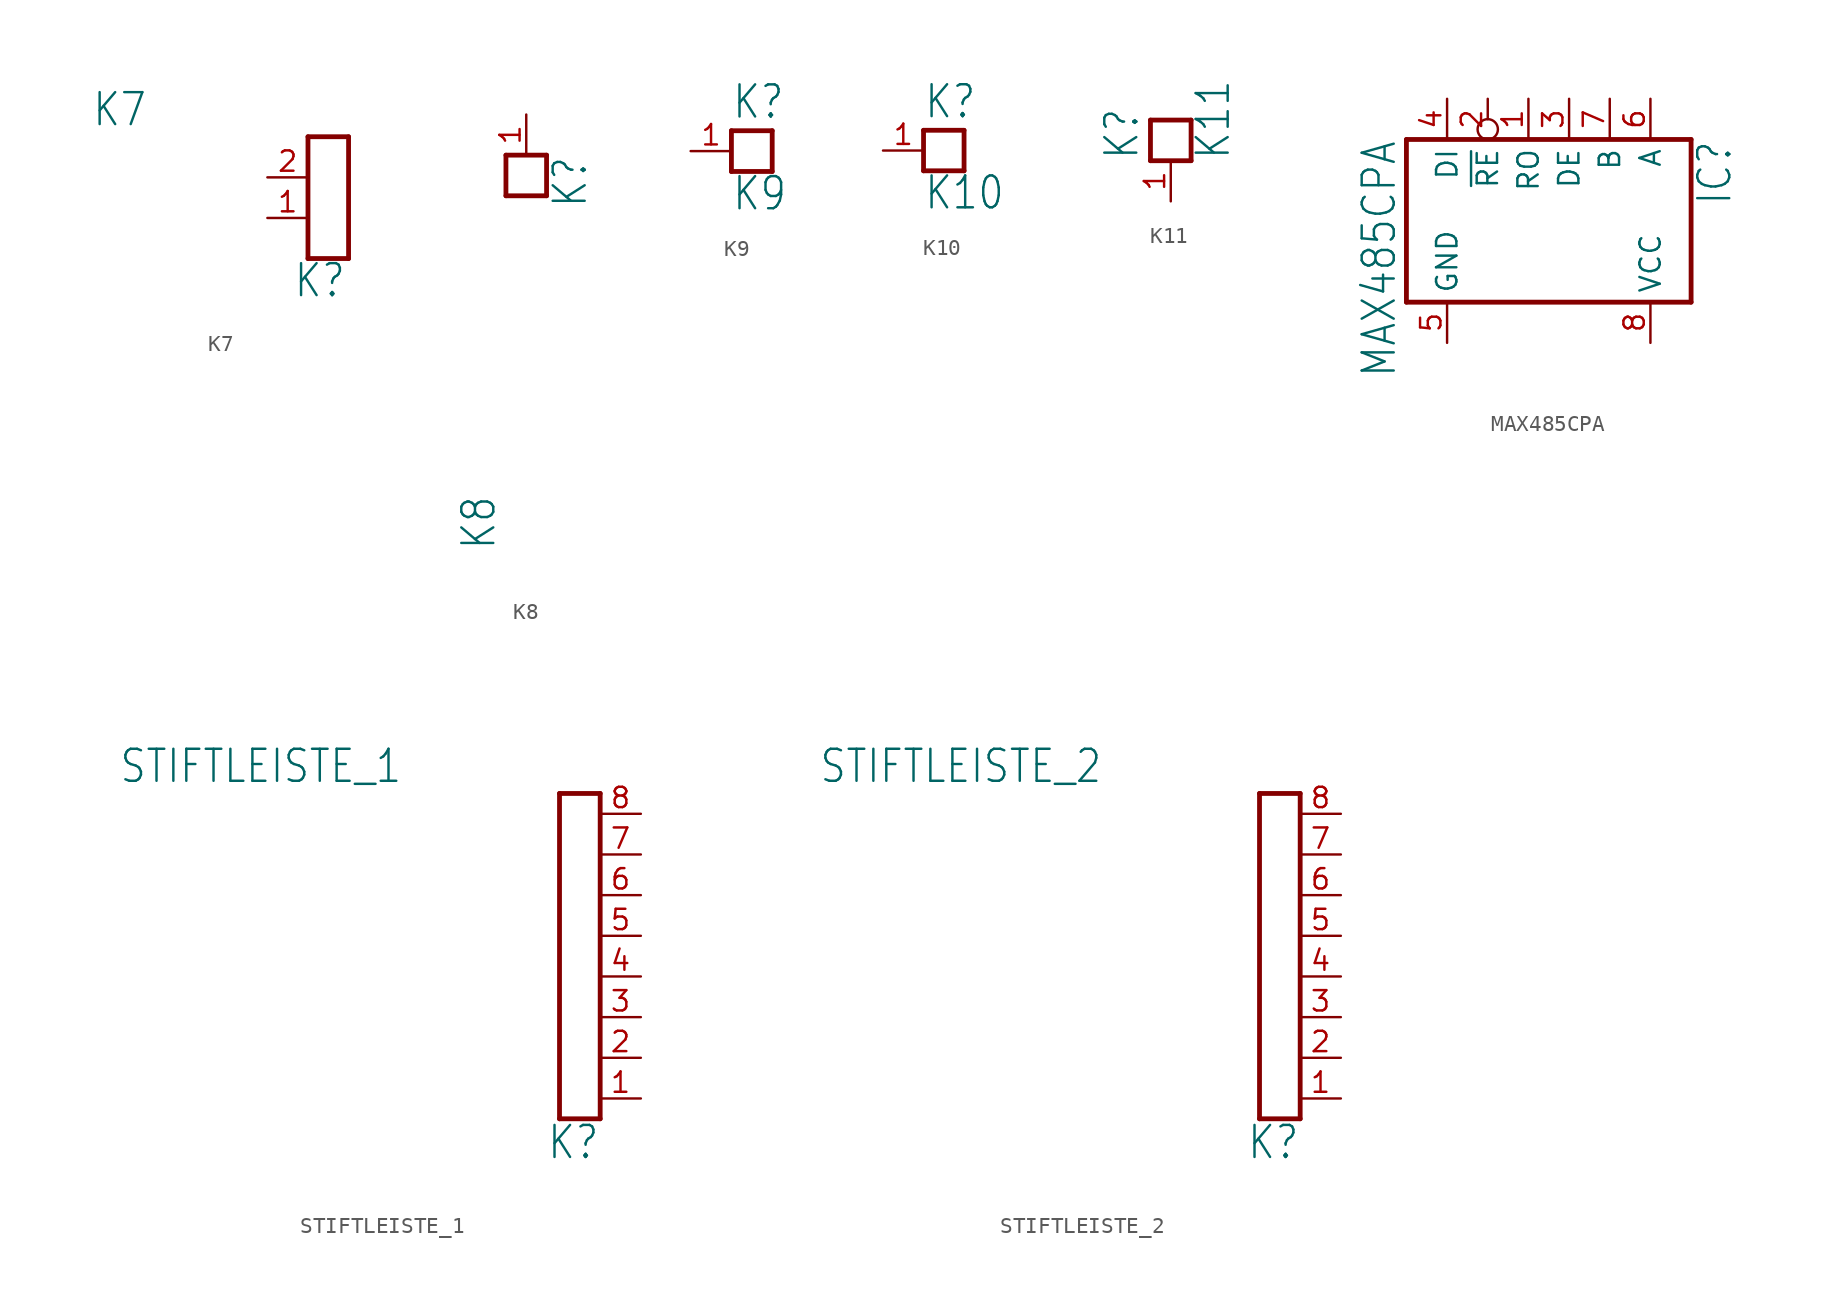
<source format=kicad_sym>
(kicad_symbol_lib
  (version 20211014)
  (generator kicad_symbol_editor)
  (symbol "K7"
    (property "Reference" "K"
      (at 1.15 -6.35 0)
      (effects (font (size 2 1.7)) (justify right bottom)))
    (property "Value" "K7"
      (at -11.29 4.35 0)
      (effects (font (size 2 1.7)) (justify right bottom)))
    (property "ki_locked" ""
      (at 0 0 0)
      (effects (font (size 1.27 1.27))))
    (symbol "K7_1_0"
      (polyline (pts (xy -1.27 -3.81) (xy -1.27 3.81)) (stroke (width 0.3) (type default) (color 0 0 0 0)) (fill (type none)))
      (polyline (pts (xy -1.27 -3.81) (xy 1.27 -3.81)) (stroke (width 0.3) (type default) (color 0 0 0 0)) (fill (type none)))
      (polyline (pts (xy -1.27 3.81) (xy 1.27 3.81)) (stroke (width 0.3) (type default) (color 0 0 0 0)) (fill (type none)))
      (polyline (pts (xy 1.27 -3.81) (xy 1.27 3.81)) (stroke (width 0.3) (type default) (color 0 0 0 0)) (fill (type none)))
      (pin passive line (at -3.81 -1.27 0) (length 2.54) (name "1" (effects (font (size 0 0)))) (number "1" (effects (font (size 1.27 1.27)))))
      (pin passive line (at -3.81 1.27 0) (length 2.54) (name "2" (effects (font (size 0 0)))) (number "2" (effects (font (size 1.27 1.27)))))))
  (symbol "K8"
    (property "Reference" "K"
      (at 3.905 1.27 90)
      (effects (font (size 2 1.7)) (justify right bottom)))
    (property "Value" "K8"
      (at -1.81 -19.96 90)
      (effects (font (size 2 1.7)) (justify right bottom)))
    (property "ki_locked" ""
      (at 0 0 0)
      (effects (font (size 1.27 1.27))))
    (symbol "K8_1_0"
      (polyline (pts (xy -1.27 -1.27) (xy -1.27 1.27)) (stroke (width 0.3) (type default) (color 0 0 0 0)) (fill (type none)))
      (polyline (pts (xy -1.27 1.27) (xy 1.27 1.27)) (stroke (width 0.3) (type default) (color 0 0 0 0)) (fill (type none)))
      (polyline (pts (xy 1.27 -1.27) (xy -1.27 -1.27)) (stroke (width 0.3) (type default) (color 0 0 0 0)) (fill (type none)))
      (polyline (pts (xy 1.27 1.27) (xy 1.27 -1.27)) (stroke (width 0.3) (type default) (color 0 0 0 0)) (fill (type none)))
      (pin passive line (at 0 3.81 270) (length 2.54) (name "1" (effects (font (size 0 0)))) (number "1" (effects (font (size 1.27 1.27)))))))
  (symbol "K9"
    (property "Reference" "K"
      (at -1.27 1.905 0)
      (effects (font (size 2 1.7)) (justify left bottom)))
    (property "Value" "K9"
      (at -1.27 -3.81 0)
      (effects (font (size 2 1.7)) (justify left bottom)))
    (property "ki_locked" ""
      (at 0 0 0)
      (effects (font (size 1.27 1.27))))
    (symbol "K9_1_0"
      (polyline (pts (xy -1.27 -1.27) (xy -1.27 1.27)) (stroke (width 0.3) (type default) (color 0 0 0 0)) (fill (type none)))
      (polyline (pts (xy -1.27 1.27) (xy 1.27 1.27)) (stroke (width 0.3) (type default) (color 0 0 0 0)) (fill (type none)))
      (polyline (pts (xy 1.27 -1.27) (xy -1.27 -1.27)) (stroke (width 0.3) (type default) (color 0 0 0 0)) (fill (type none)))
      (polyline (pts (xy 1.27 1.27) (xy 1.27 -1.27)) (stroke (width 0.3) (type default) (color 0 0 0 0)) (fill (type none)))
      (pin passive line (at -3.81 0 0) (length 2.54) (name "1" (effects (font (size 0 0)))) (number "1" (effects (font (size 1.27 1.27)))))))
  (symbol "K10"
    (property "Reference" "K"
      (at -1.27 1.905 0)
      (effects (font (size 2 1.7)) (justify left bottom)))
    (property "Value" "K10"
      (at -1.27 -3.81 0)
      (effects (font (size 2 1.7)) (justify left bottom)))
    (property "ki_locked" ""
      (at 0 0 0)
      (effects (font (size 1.27 1.27))))
    (symbol "K10_1_0"
      (polyline (pts (xy -1.27 -1.27) (xy -1.27 1.27)) (stroke (width 0.3) (type default) (color 0 0 0 0)) (fill (type none)))
      (polyline (pts (xy -1.27 1.27) (xy 1.27 1.27)) (stroke (width 0.3) (type default) (color 0 0 0 0)) (fill (type none)))
      (polyline (pts (xy 1.27 -1.27) (xy -1.27 -1.27)) (stroke (width 0.3) (type default) (color 0 0 0 0)) (fill (type none)))
      (polyline (pts (xy 1.27 1.27) (xy 1.27 -1.27)) (stroke (width 0.3) (type default) (color 0 0 0 0)) (fill (type none)))
      (pin passive line (at -3.81 0 0) (length 2.54) (name "1" (effects (font (size 0 0)))) (number "1" (effects (font (size 1.27 1.27)))))))
  (symbol "K11"
    (property "Reference" "K"
      (at -1.905 -1.27 90)
      (effects (font (size 2 1.7)) (justify left bottom)))
    (property "Value" "K11"
      (at 3.81 -1.27 90)
      (effects (font (size 2 1.7)) (justify left bottom)))
    (property "ki_locked" ""
      (at 0 0 0)
      (effects (font (size 1.27 1.27))))
    (symbol "K11_1_0"
      (polyline (pts (xy -1.27 -1.27) (xy -1.27 1.27)) (stroke (width 0.3) (type default) (color 0 0 0 0)) (fill (type none)))
      (polyline (pts (xy -1.27 1.27) (xy 1.27 1.27)) (stroke (width 0.3) (type default) (color 0 0 0 0)) (fill (type none)))
      (polyline (pts (xy 1.27 -1.27) (xy -1.27 -1.27)) (stroke (width 0.3) (type default) (color 0 0 0 0)) (fill (type none)))
      (polyline (pts (xy 1.27 1.27) (xy 1.27 -1.27)) (stroke (width 0.3) (type default) (color 0 0 0 0)) (fill (type none)))
      (pin passive line (at 0 -3.81 90) (length 2.54) (name "1" (effects (font (size 0 0)))) (number "1" (effects (font (size 1.27 1.27)))))))
  (symbol "MAX485CPA"
    (property "Reference" "IC"
      (at 11.525 5.08 90)
      (effects (font (size 2 1.7)) (justify right bottom)))
    (property "Value" "MAX485CPA"
      (at -9.43 5.08 90)
      (effects (font (size 2 1.7)) (justify right bottom)))
    (property "ki_locked" ""
      (at 0 0 0)
      (effects (font (size 1.27 1.27))))
    (symbol "MAX485CPA_1_0"
      (polyline (pts (xy -8.89 5.08) (xy -8.89 -5.08)) (stroke (width 0.3) (type default) (color 0 0 0 0)) (fill (type none)))
      (polyline (pts (xy 8.89 -5.08) (xy -8.89 -5.08)) (stroke (width 0.3) (type default) (color 0 0 0 0)) (fill (type none)))
      (polyline (pts (xy 8.89 -5.08) (xy 8.89 5.08)) (stroke (width 0.3) (type default) (color 0 0 0 0)) (fill (type none)))
      (polyline (pts (xy 8.89 5.08) (xy -8.89 5.08)) (stroke (width 0.3) (type default) (color 0 0 0 0)) (fill (type none)))
      (pin passive line (at -1.27 7.62 270) (length 2.54) (name "RO" (effects (font (size 1.27 1.27)))) (number "1" (effects (font (size 1.27 1.27)))))
      (pin passive inverted (at -3.81 7.62 270) (length 2.54) (name "~{RE}" (effects (font (size 1.27 1.27)))) (number "2" (effects (font (size 1.27 1.27)))))
      (pin passive line (at 1.27 7.62 270) (length 2.54) (name "DE" (effects (font (size 1.27 1.27)))) (number "3" (effects (font (size 1.27 1.27)))))
      (pin passive line (at -6.35 7.62 270) (length 2.54) (name "DI" (effects (font (size 1.27 1.27)))) (number "4" (effects (font (size 1.27 1.27)))))
      (pin power_in line (at -6.35 -7.62 90) (length 2.54) (name "GND" (effects (font (size 1.27 1.27)))) (number "5" (effects (font (size 1.27 1.27)))))
      (pin passive line (at 6.35 7.62 270) (length 2.54) (name "A" (effects (font (size 1.27 1.27)))) (number "6" (effects (font (size 1.27 1.27)))))
      (pin passive line (at 3.81 7.62 270) (length 2.54) (name "B" (effects (font (size 1.27 1.27)))) (number "7" (effects (font (size 1.27 1.27)))))
      (pin power_in line (at 6.35 -7.62 90) (length 2.54) (name "VCC" (effects (font (size 1.27 1.27)))) (number "8" (effects (font (size 1.27 1.27)))))))
  (symbol "STIFTLEISTE_1"
    (property "Reference" "K"
      (at 1.27 -12.795 0)
      (effects (font (size 2 1.7)) (justify right bottom)))
    (property "Value" "STIFTLEISTE_1"
      (at -11.043 10.7 0)
      (effects (font (size 2 1.7)) (justify right bottom)))
    (property "ki_locked" ""
      (at 0 0 0)
      (effects (font (size 1.27 1.27))))
    (symbol "STIFTLEISTE_1_1_0"
      (polyline (pts (xy -1.27 -10.16) (xy -1.27 10.16)) (stroke (width 0.3) (type default) (color 0 0 0 0)) (fill (type none)))
      (polyline (pts (xy -1.27 -10.16) (xy 1.27 -10.16)) (stroke (width 0.3) (type default) (color 0 0 0 0)) (fill (type none)))
      (polyline (pts (xy -1.27 10.16) (xy 1.27 10.16)) (stroke (width 0.3) (type default) (color 0 0 0 0)) (fill (type none)))
      (polyline (pts (xy 1.27 -10.16) (xy 1.27 10.16)) (stroke (width 0.3) (type default) (color 0 0 0 0)) (fill (type none)))
      (pin passive line (at 3.81 -8.89 180) (length 2.54) (name "1" (effects (font (size 0 0)))) (number "1" (effects (font (size 1.27 1.27)))))
      (pin passive line (at 3.81 -6.35 180) (length 2.54) (name "2" (effects (font (size 0 0)))) (number "2" (effects (font (size 1.27 1.27)))))
      (pin passive line (at 3.81 -3.81 180) (length 2.54) (name "3" (effects (font (size 0 0)))) (number "3" (effects (font (size 1.27 1.27)))))
      (pin passive line (at 3.81 -1.27 180) (length 2.54) (name "4" (effects (font (size 0 0)))) (number "4" (effects (font (size 1.27 1.27)))))
      (pin passive line (at 3.81 1.27 180) (length 2.54) (name "5" (effects (font (size 0 0)))) (number "5" (effects (font (size 1.27 1.27)))))
      (pin passive line (at 3.81 3.81 180) (length 2.54) (name "6" (effects (font (size 0 0)))) (number "6" (effects (font (size 1.27 1.27)))))
      (pin passive line (at 3.81 6.35 180) (length 2.54) (name "7" (effects (font (size 0 0)))) (number "7" (effects (font (size 1.27 1.27)))))
      (pin passive line (at 3.81 8.89 180) (length 2.54) (name "8" (effects (font (size 0 0)))) (number "8" (effects (font (size 1.27 1.27)))))))
  (symbol "STIFTLEISTE_2"
    (property "Reference" "K"
      (at 1.27 -12.795 0)
      (effects (font (size 2 1.7)) (justify right bottom)))
    (property "Value" "STIFTLEISTE_2"
      (at -11.043 10.7 0)
      (effects (font (size 2 1.7)) (justify right bottom)))
    (property "ki_locked" ""
      (at 0 0 0)
      (effects (font (size 1.27 1.27))))
    (symbol "STIFTLEISTE_2_1_0"
      (polyline (pts (xy -1.27 -10.16) (xy -1.27 10.16)) (stroke (width 0.3) (type default) (color 0 0 0 0)) (fill (type none)))
      (polyline (pts (xy -1.27 -10.16) (xy 1.27 -10.16)) (stroke (width 0.3) (type default) (color 0 0 0 0)) (fill (type none)))
      (polyline (pts (xy -1.27 10.16) (xy 1.27 10.16)) (stroke (width 0.3) (type default) (color 0 0 0 0)) (fill (type none)))
      (polyline (pts (xy 1.27 -10.16) (xy 1.27 10.16)) (stroke (width 0.3) (type default) (color 0 0 0 0)) (fill (type none)))
      (pin passive line (at 3.81 -8.89 180) (length 2.54) (name "1" (effects (font (size 0 0)))) (number "1" (effects (font (size 1.27 1.27)))))
      (pin passive line (at 3.81 -6.35 180) (length 2.54) (name "2" (effects (font (size 0 0)))) (number "2" (effects (font (size 1.27 1.27)))))
      (pin passive line (at 3.81 -3.81 180) (length 2.54) (name "3" (effects (font (size 0 0)))) (number "3" (effects (font (size 1.27 1.27)))))
      (pin passive line (at 3.81 -1.27 180) (length 2.54) (name "4" (effects (font (size 0 0)))) (number "4" (effects (font (size 1.27 1.27)))))
      (pin passive line (at 3.81 1.27 180) (length 2.54) (name "5" (effects (font (size 0 0)))) (number "5" (effects (font (size 1.27 1.27)))))
      (pin passive line (at 3.81 3.81 180) (length 2.54) (name "6" (effects (font (size 0 0)))) (number "6" (effects (font (size 1.27 1.27)))))
      (pin passive line (at 3.81 6.35 180) (length 2.54) (name "7" (effects (font (size 0 0)))) (number "7" (effects (font (size 1.27 1.27)))))
      (pin passive line (at 3.81 8.89 180) (length 2.54) (name "8" (effects (font (size 0 0)))) (number "8" (effects (font (size 1.27 1.27))))))))
</source>
